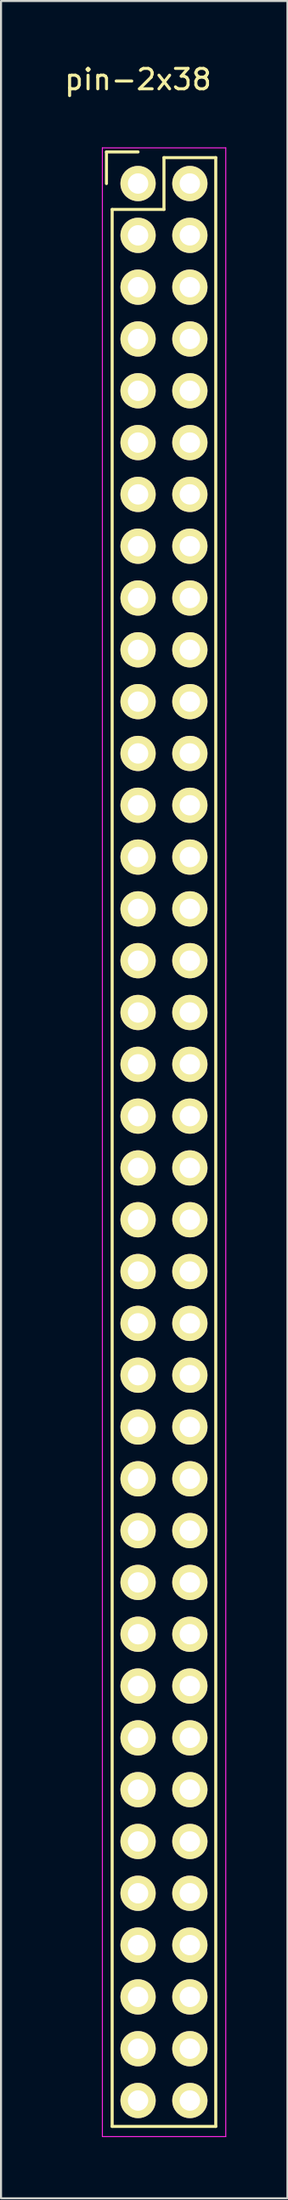
<source format=kicad_pcb>
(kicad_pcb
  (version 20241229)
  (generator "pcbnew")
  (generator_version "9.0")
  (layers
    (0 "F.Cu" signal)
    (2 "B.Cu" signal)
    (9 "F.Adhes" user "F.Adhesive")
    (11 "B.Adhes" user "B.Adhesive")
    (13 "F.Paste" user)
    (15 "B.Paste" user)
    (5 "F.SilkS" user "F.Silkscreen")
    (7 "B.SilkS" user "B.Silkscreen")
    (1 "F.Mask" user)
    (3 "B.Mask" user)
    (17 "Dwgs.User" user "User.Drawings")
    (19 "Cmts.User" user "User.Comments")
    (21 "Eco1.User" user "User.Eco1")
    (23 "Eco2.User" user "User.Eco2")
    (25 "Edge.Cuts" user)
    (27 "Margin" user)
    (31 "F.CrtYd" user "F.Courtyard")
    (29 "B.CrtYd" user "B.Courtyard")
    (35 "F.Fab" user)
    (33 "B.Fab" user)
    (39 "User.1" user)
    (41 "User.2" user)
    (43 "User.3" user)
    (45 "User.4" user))
  (footprint "pin-2x38"
    (layer "F.Cu")
    (at 3.72 5.948)
    (property "Reference" "pin-2x38" (at 0 -5.1 0) (layer "F.SilkS") (effects (font (size 1 1) (thickness 0.15))))
    (attr through_hole)
    (fp_line (start -1.55 -1.55) (end -1.55 0) (stroke (width 0.15) (type solid)) (layer "F.SilkS"))
    (fp_line (start -1.27 95.25) (end -1.27 1.27) (stroke (width 0.15) (type solid)) (layer "F.SilkS"))
    (fp_line (start 0 -1.55) (end -1.55 -1.55) (stroke (width 0.15) (type solid)) (layer "F.SilkS"))
    (fp_line (start 1.27 -1.27) (end 1.27 1.27) (stroke (width 0.15) (type solid)) (layer "F.SilkS"))
    (fp_line (start 1.27 1.27) (end -1.27 1.27) (stroke (width 0.15) (type solid)) (layer "F.SilkS"))
    (fp_line (start 3.81 -1.27) (end 1.27 -1.27) (stroke (width 0.15) (type solid)) (layer "F.SilkS"))
    (fp_line (start 3.81 -1.27) (end 3.81 95.25) (stroke (width 0.15) (type solid)) (layer "F.SilkS"))
    (fp_line (start 3.81 95.25) (end -1.27 95.25) (stroke (width 0.15) (type solid)) (layer "F.SilkS"))
    (fp_line (start -1.75 -1.75) (end -1.75 95.75) (stroke (width 0.05) (type solid)) (layer "F.CrtYd"))
    (fp_line (start -1.75 -1.75) (end 4.3 -1.75) (stroke (width 0.05) (type solid)) (layer "F.CrtYd"))
    (fp_line (start -1.75 95.75) (end 4.3 95.75) (stroke (width 0.05) (type solid)) (layer "F.CrtYd"))
    (fp_line (start 4.3 -1.75) (end 4.3 95.75) (stroke (width 0.05) (type solid)) (layer "F.CrtYd"))
    (pad "1" thru_hole oval (at 0 0) (size 1.727 1.727) (drill 1) (layers "*.Cu" "*.Mask" "F.SilkS"))
    (pad "2" thru_hole oval (at 2.54 0) (size 1.727 1.727) (drill 1) (layers "*.Cu" "*.Mask" "F.SilkS"))
    (pad "3" thru_hole oval (at 0 2.54) (size 1.727 1.727) (drill 1) (layers "*.Cu" "*.Mask" "F.SilkS"))
    (pad "4" thru_hole oval (at 2.54 2.54) (size 1.727 1.727) (drill 1) (layers "*.Cu" "*.Mask" "F.SilkS"))
    (pad "5" thru_hole oval (at 0 5.08) (size 1.727 1.727) (drill 1) (layers "*.Cu" "*.Mask" "F.SilkS"))
    (pad "6" thru_hole oval (at 2.54 5.08) (size 1.727 1.727) (drill 1) (layers "*.Cu" "*.Mask" "F.SilkS"))
    (pad "7" thru_hole oval (at 0 7.62) (size 1.727 1.727) (drill 1) (layers "*.Cu" "*.Mask" "F.SilkS"))
    (pad "8" thru_hole oval (at 2.54 7.62) (size 1.727 1.727) (drill 1) (layers "*.Cu" "*.Mask" "F.SilkS"))
    (pad "9" thru_hole oval (at 0 10.16) (size 1.727 1.727) (drill 1) (layers "*.Cu" "*.Mask" "F.SilkS"))
    (pad "10" thru_hole oval (at 2.54 10.16) (size 1.727 1.727) (drill 1) (layers "*.Cu" "*.Mask" "F.SilkS"))
    (pad "11" thru_hole oval (at 0 12.7) (size 1.727 1.727) (drill 1) (layers "*.Cu" "*.Mask" "F.SilkS"))
    (pad "12" thru_hole oval (at 2.54 12.7) (size 1.727 1.727) (drill 1) (layers "*.Cu" "*.Mask" "F.SilkS"))
    (pad "13" thru_hole oval (at 0 15.24) (size 1.727 1.727) (drill 1) (layers "*.Cu" "*.Mask" "F.SilkS"))
    (pad "14" thru_hole oval (at 2.54 15.24) (size 1.727 1.727) (drill 1) (layers "*.Cu" "*.Mask" "F.SilkS"))
    (pad "15" thru_hole oval (at 0 17.78) (size 1.727 1.727) (drill 1) (layers "*.Cu" "*.Mask" "F.SilkS"))
    (pad "16" thru_hole oval (at 2.54 17.78) (size 1.727 1.727) (drill 1) (layers "*.Cu" "*.Mask" "F.SilkS"))
    (pad "17" thru_hole oval (at 0 20.32) (size 1.727 1.727) (drill 1) (layers "*.Cu" "*.Mask" "F.SilkS"))
    (pad "18" thru_hole oval (at 2.54 20.32) (size 1.727 1.727) (drill 1) (layers "*.Cu" "*.Mask" "F.SilkS"))
    (pad "19" thru_hole oval (at 0 22.86) (size 1.727 1.727) (drill 1) (layers "*.Cu" "*.Mask" "F.SilkS"))
    (pad "20" thru_hole oval (at 2.54 22.86) (size 1.727 1.727) (drill 1) (layers "*.Cu" "*.Mask" "F.SilkS"))
    (pad "21" thru_hole oval (at 0 25.4) (size 1.727 1.727) (drill 1) (layers "*.Cu" "*.Mask" "F.SilkS"))
    (pad "22" thru_hole oval (at 2.54 25.4) (size 1.727 1.727) (drill 1) (layers "*.Cu" "*.Mask" "F.SilkS"))
    (pad "23" thru_hole oval (at 0 27.94) (size 1.727 1.727) (drill 1) (layers "*.Cu" "*.Mask" "F.SilkS"))
    (pad "24" thru_hole oval (at 2.54 27.94) (size 1.727 1.727) (drill 1) (layers "*.Cu" "*.Mask" "F.SilkS"))
    (pad "25" thru_hole oval (at 0 30.48) (size 1.727 1.727) (drill 1) (layers "*.Cu" "*.Mask" "F.SilkS"))
    (pad "26" thru_hole oval (at 2.54 30.48) (size 1.727 1.727) (drill 1) (layers "*.Cu" "*.Mask" "F.SilkS"))
    (pad "27" thru_hole oval (at 0 33.02) (size 1.727 1.727) (drill 1) (layers "*.Cu" "*.Mask" "F.SilkS"))
    (pad "28" thru_hole oval (at 2.54 33.02) (size 1.727 1.727) (drill 1) (layers "*.Cu" "*.Mask" "F.SilkS"))
    (pad "29" thru_hole oval (at 0 35.56) (size 1.727 1.727) (drill 1) (layers "*.Cu" "*.Mask" "F.SilkS"))
    (pad "30" thru_hole oval (at 2.54 35.56) (size 1.727 1.727) (drill 1) (layers "*.Cu" "*.Mask" "F.SilkS"))
    (pad "31" thru_hole oval (at 0 38.1) (size 1.727 1.727) (drill 1) (layers "*.Cu" "*.Mask" "F.SilkS"))
    (pad "32" thru_hole oval (at 2.54 38.1) (size 1.727 1.727) (drill 1) (layers "*.Cu" "*.Mask" "F.SilkS"))
    (pad "33" thru_hole oval (at 0 40.64) (size 1.727 1.727) (drill 1) (layers "*.Cu" "*.Mask" "F.SilkS"))
    (pad "34" thru_hole oval (at 2.54 40.64) (size 1.727 1.727) (drill 1) (layers "*.Cu" "*.Mask" "F.SilkS"))
    (pad "35" thru_hole oval (at 0 43.18) (size 1.727 1.727) (drill 1) (layers "*.Cu" "*.Mask" "F.SilkS"))
    (pad "36" thru_hole oval (at 2.54 43.18) (size 1.727 1.727) (drill 1) (layers "*.Cu" "*.Mask" "F.SilkS"))
    (pad "37" thru_hole oval (at 0 45.72) (size 1.727 1.727) (drill 1) (layers "*.Cu" "*.Mask" "F.SilkS"))
    (pad "38" thru_hole oval (at 2.54 45.72) (size 1.727 1.727) (drill 1) (layers "*.Cu" "*.Mask" "F.SilkS"))
    (pad "39" thru_hole oval (at 0 48.26) (size 1.727 1.727) (drill 1) (layers "*.Cu" "*.Mask" "F.SilkS"))
    (pad "40" thru_hole oval (at 2.54 48.26) (size 1.727 1.727) (drill 1) (layers "*.Cu" "*.Mask" "F.SilkS"))
    (pad "41" thru_hole oval (at 0 50.8) (size 1.727 1.727) (drill 1) (layers "*.Cu" "*.Mask" "F.SilkS"))
    (pad "42" thru_hole oval (at 2.54 50.8) (size 1.727 1.727) (drill 1) (layers "*.Cu" "*.Mask" "F.SilkS"))
    (pad "43" thru_hole oval (at 0 53.34) (size 1.727 1.727) (drill 1) (layers "*.Cu" "*.Mask" "F.SilkS"))
    (pad "44" thru_hole oval (at 2.54 53.34) (size 1.727 1.727) (drill 1) (layers "*.Cu" "*.Mask" "F.SilkS"))
    (pad "45" thru_hole oval (at 0 55.88) (size 1.727 1.727) (drill 1) (layers "*.Cu" "*.Mask" "F.SilkS"))
    (pad "46" thru_hole oval (at 2.54 55.88) (size 1.727 1.727) (drill 1) (layers "*.Cu" "*.Mask" "F.SilkS"))
    (pad "47" thru_hole oval (at 0 58.42) (size 1.727 1.727) (drill 1) (layers "*.Cu" "*.Mask" "F.SilkS"))
    (pad "48" thru_hole oval (at 2.54 58.42) (size 1.727 1.727) (drill 1) (layers "*.Cu" "*.Mask" "F.SilkS"))
    (pad "49" thru_hole oval (at 0 60.96) (size 1.727 1.727) (drill 1) (layers "*.Cu" "*.Mask" "F.SilkS"))
    (pad "50" thru_hole oval (at 2.54 60.96) (size 1.727 1.727) (drill 1) (layers "*.Cu" "*.Mask" "F.SilkS"))
    (pad "51" thru_hole oval (at 0 63.5) (size 1.727 1.727) (drill 1) (layers "*.Cu" "*.Mask" "F.SilkS"))
    (pad "52" thru_hole oval (at 2.54 63.5) (size 1.727 1.727) (drill 1) (layers "*.Cu" "*.Mask" "F.SilkS"))
    (pad "53" thru_hole oval (at 0 66.04) (size 1.727 1.727) (drill 1) (layers "*.Cu" "*.Mask" "F.SilkS"))
    (pad "54" thru_hole oval (at 2.54 66.04) (size 1.727 1.727) (drill 1) (layers "*.Cu" "*.Mask" "F.SilkS"))
    (pad "55" thru_hole oval (at 0 68.58) (size 1.727 1.727) (drill 1) (layers "*.Cu" "*.Mask" "F.SilkS"))
    (pad "56" thru_hole oval (at 2.54 68.58) (size 1.727 1.727) (drill 1) (layers "*.Cu" "*.Mask" "F.SilkS"))
    (pad "57" thru_hole oval (at 0 71.12) (size 1.727 1.727) (drill 1) (layers "*.Cu" "*.Mask" "F.SilkS"))
    (pad "58" thru_hole oval (at 2.54 71.12) (size 1.727 1.727) (drill 1) (layers "*.Cu" "*.Mask" "F.SilkS"))
    (pad "59" thru_hole oval (at 0 73.66) (size 1.727 1.727) (drill 1) (layers "*.Cu" "*.Mask" "F.SilkS"))
    (pad "60" thru_hole oval (at 2.54 73.66) (size 1.727 1.727) (drill 1) (layers "*.Cu" "*.Mask" "F.SilkS"))
    (pad "61" thru_hole oval (at 0 76.2) (size 1.727 1.727) (drill 1) (layers "*.Cu" "*.Mask" "F.SilkS"))
    (pad "62" thru_hole oval (at 2.54 76.2) (size 1.727 1.727) (drill 1) (layers "*.Cu" "*.Mask" "F.SilkS"))
    (pad "63" thru_hole oval (at 0 78.74) (size 1.727 1.727) (drill 1) (layers "*.Cu" "*.Mask" "F.SilkS"))
    (pad "64" thru_hole oval (at 2.54 78.74) (size 1.727 1.727) (drill 1) (layers "*.Cu" "*.Mask" "F.SilkS"))
    (pad "65" thru_hole oval (at 0 81.28) (size 1.727 1.727) (drill 1) (layers "*.Cu" "*.Mask" "F.SilkS"))
    (pad "66" thru_hole oval (at 2.54 81.28) (size 1.727 1.727) (drill 1) (layers "*.Cu" "*.Mask" "F.SilkS"))
    (pad "67" thru_hole oval (at 0 83.82) (size 1.727 1.727) (drill 1) (layers "*.Cu" "*.Mask" "F.SilkS"))
    (pad "68" thru_hole oval (at 2.54 83.82) (size 1.727 1.727) (drill 1) (layers "*.Cu" "*.Mask" "F.SilkS"))
    (pad "69" thru_hole oval (at 0 86.36) (size 1.727 1.727) (drill 1) (layers "*.Cu" "*.Mask" "F.SilkS"))
    (pad "70" thru_hole oval (at 2.54 86.36) (size 1.727 1.727) (drill 1) (layers "*.Cu" "*.Mask" "F.SilkS"))
    (pad "71" thru_hole oval (at 0 88.9) (size 1.727 1.727) (drill 1) (layers "*.Cu" "*.Mask" "F.SilkS"))
    (pad "72" thru_hole oval (at 2.54 88.9) (size 1.727 1.727) (drill 1) (layers "*.Cu" "*.Mask" "F.SilkS"))
    (pad "73" thru_hole oval (at 0 91.44) (size 1.727 1.727) (drill 1) (layers "*.Cu" "*.Mask" "F.SilkS"))
    (pad "74" thru_hole oval (at 2.54 91.44) (size 1.727 1.727) (drill 1) (layers "*.Cu" "*.Mask" "F.SilkS"))
    (pad "75" thru_hole oval (at 0 93.98) (size 1.727 1.727) (drill 1) (layers "*.Cu" "*.Mask" "F.SilkS"))
    (pad "76" thru_hole oval (at 2.54 93.98) (size 1.727 1.727) (drill 1) (layers "*.Cu" "*.Mask" "F.SilkS")))
  (gr_rect
    (start -3 -3)
    (end 11.045 104.723)
    (stroke (width 0.1) (type default))
    (fill no)
    (layer "Edge.Cuts")))
</source>
